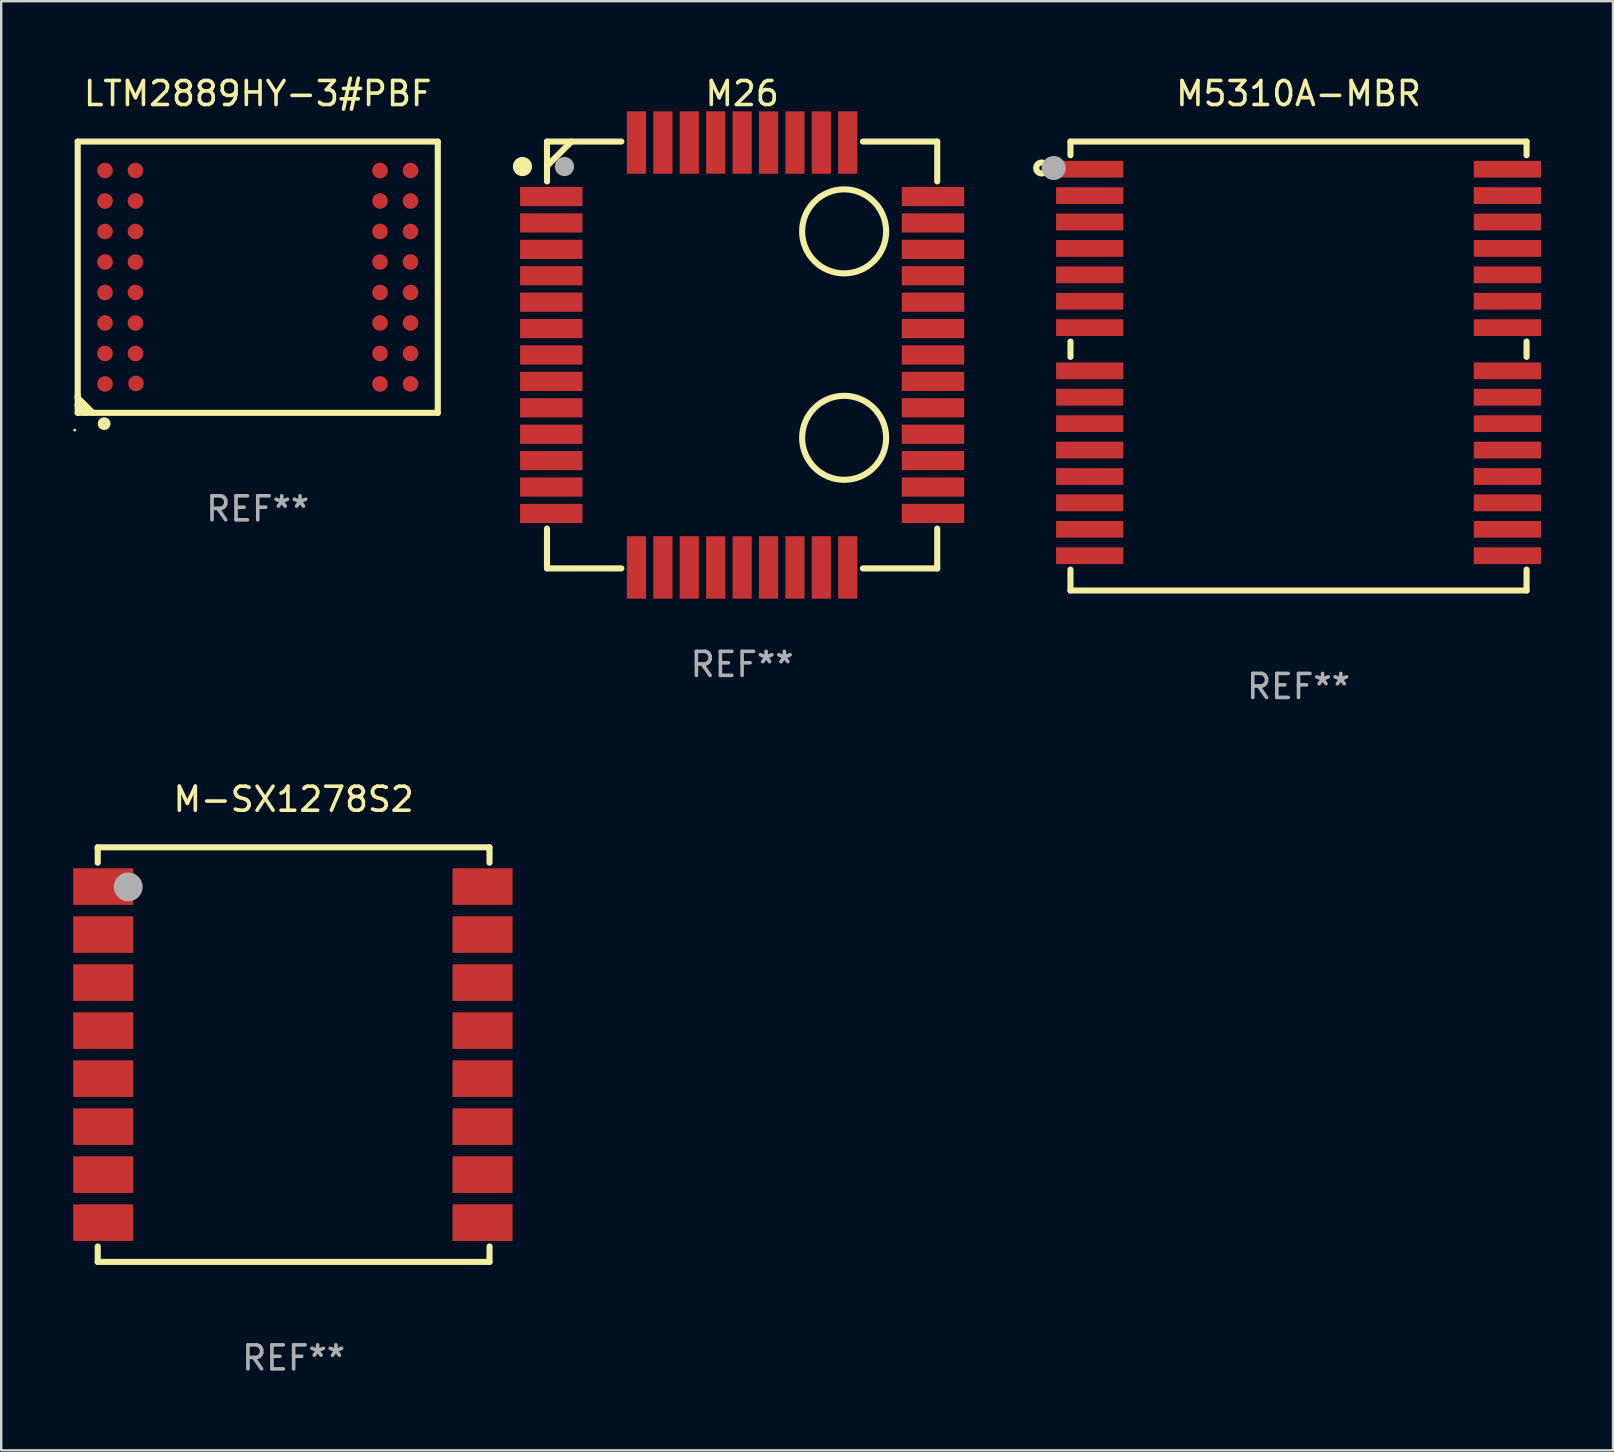
<source format=kicad_pcb>
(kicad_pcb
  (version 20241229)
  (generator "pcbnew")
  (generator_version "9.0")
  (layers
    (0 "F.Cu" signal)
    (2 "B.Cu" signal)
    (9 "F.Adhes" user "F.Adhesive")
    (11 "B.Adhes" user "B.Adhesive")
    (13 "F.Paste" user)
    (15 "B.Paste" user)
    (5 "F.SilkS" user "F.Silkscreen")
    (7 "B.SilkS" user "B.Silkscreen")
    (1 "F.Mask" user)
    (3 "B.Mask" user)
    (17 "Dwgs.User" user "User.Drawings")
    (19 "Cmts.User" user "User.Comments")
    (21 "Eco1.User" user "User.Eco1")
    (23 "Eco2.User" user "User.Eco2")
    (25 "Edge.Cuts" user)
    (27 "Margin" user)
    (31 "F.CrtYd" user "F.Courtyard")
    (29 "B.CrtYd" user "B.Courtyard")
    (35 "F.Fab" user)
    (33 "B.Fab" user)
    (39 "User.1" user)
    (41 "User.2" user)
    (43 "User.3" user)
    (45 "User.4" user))
  (footprint "M5310A-MBR"
    (layer "F.Cu")
    (at 51.042 12.198)
    (property "Reference" "M5310A-MBR" (at 0 -11.35 0) (layer "F.SilkS") (effects (font (size 1 1) (thickness 0.15))))
    (attr through_hole)
    (fp_line (start -9.5 -9.35) (end -9.5 -8.781) (stroke (width 0.254) (type solid)) (layer "F.SilkS"))
    (fp_line (start -9.5 -9.35) (end 9.5 -9.35) (stroke (width 0.254) (type solid)) (layer "F.SilkS"))
    (fp_line (start -9.5 -1.019) (end -9.5 -0.381) (stroke (width 0.254) (type solid)) (layer "F.SilkS"))
    (fp_line (start -9.5 8.481) (end -9.5 9.35) (stroke (width 0.254) (type solid)) (layer "F.SilkS"))
    (fp_line (start -9.5 9.35) (end 9.5 9.35) (stroke (width 0.254) (type solid)) (layer "F.SilkS"))
    (fp_line (start 9.5 -9.35) (end 9.5 -8.781) (stroke (width 0.254) (type solid)) (layer "F.SilkS"))
    (fp_line (start 9.5 -1.019) (end 9.5 -0.381) (stroke (width 0.254) (type solid)) (layer "F.SilkS"))
    (fp_line (start 9.5 8.481) (end 9.5 9.35) (stroke (width 0.254) (type solid)) (layer "F.SilkS"))
    (fp_circle (center -10.7 -8.25) (end -10.6 -8.25) (stroke (width 0.254) (type solid)) (fill no) (layer "F.SilkS"))
    (fp_circle (center -9.5 -9.35) (end -9.47 -9.35) (stroke (width 0.06) (type solid)) (fill no) (layer "F.SilkS"))
    (fp_circle (center -10.2 -8.25) (end -9.95 -8.25) (stroke (width 0.5) (type solid)) (fill no) (layer "F.Fab"))
    (fp_text user "REF**" (at 0 13.35 0) (layer "F.Fab") (effects (font (size 1 1) (thickness 0.15))))
    (pad "1" smd rect (at -8.7 -8.2 90) (size 0.7 2.8) (layers "F.Cu" "F.Mask" "F.Paste"))
    (pad "2" smd rect (at -8.7 -7.1 90) (size 0.7 2.8) (layers "F.Cu" "F.Mask" "F.Paste"))
    (pad "3" smd rect (at -8.7 -6 90) (size 0.7 2.8) (layers "F.Cu" "F.Mask" "F.Paste"))
    (pad "4" smd rect (at -8.7 -4.9 90) (size 0.7 2.8) (layers "F.Cu" "F.Mask" "F.Paste"))
    (pad "5" smd rect (at -8.7 -3.8 90) (size 0.7 2.8) (layers "F.Cu" "F.Mask" "F.Paste"))
    (pad "6" smd rect (at -8.7 -2.7 90) (size 0.7 2.8) (layers "F.Cu" "F.Mask" "F.Paste"))
    (pad "7" smd rect (at -8.7 -1.6 90) (size 0.7 2.8) (layers "F.Cu" "F.Mask" "F.Paste"))
    (pad "8" smd rect (at -8.7 0.2 90) (size 0.7 2.8) (layers "F.Cu" "F.Mask" "F.Paste"))
    (pad "9" smd rect (at -8.7 1.3 90) (size 0.7 2.8) (layers "F.Cu" "F.Mask" "F.Paste"))
    (pad "10" smd rect (at -8.7 2.4 90) (size 0.7 2.8) (layers "F.Cu" "F.Mask" "F.Paste"))
    (pad "11" smd rect (at -8.7 3.5 90) (size 0.7 2.8) (layers "F.Cu" "F.Mask" "F.Paste"))
    (pad "12" smd rect (at -8.7 4.6 90) (size 0.7 2.8) (layers "F.Cu" "F.Mask" "F.Paste"))
    (pad "13" smd rect (at -8.7 5.7 90) (size 0.7 2.8) (layers "F.Cu" "F.Mask" "F.Paste"))
    (pad "14" smd rect (at -8.7 6.8 90) (size 0.7 2.8) (layers "F.Cu" "F.Mask" "F.Paste"))
    (pad "15" smd rect (at -8.7 7.9 90) (size 0.7 2.8) (layers "F.Cu" "F.Mask" "F.Paste"))
    (pad "16" smd rect (at 8.7 7.9 90) (size 0.7 2.8) (layers "F.Cu" "F.Mask" "F.Paste"))
    (pad "17" smd rect (at 8.7 6.8 90) (size 0.7 2.8) (layers "F.Cu" "F.Mask" "F.Paste"))
    (pad "18" smd rect (at 8.7 5.7 90) (size 0.7 2.8) (layers "F.Cu" "F.Mask" "F.Paste"))
    (pad "19" smd rect (at 8.7 4.6 90) (size 0.7 2.8) (layers "F.Cu" "F.Mask" "F.Paste"))
    (pad "20" smd rect (at 8.7 3.5 90) (size 0.7 2.8) (layers "F.Cu" "F.Mask" "F.Paste"))
    (pad "21" smd rect (at 8.7 2.4 90) (size 0.7 2.8) (layers "F.Cu" "F.Mask" "F.Paste"))
    (pad "22" smd rect (at 8.7 1.3 90) (size 0.7 2.8) (layers "F.Cu" "F.Mask" "F.Paste"))
    (pad "23" smd rect (at 8.7 0.2 90) (size 0.7 2.8) (layers "F.Cu" "F.Mask" "F.Paste"))
    (pad "24" smd rect (at 8.7 -1.6 90) (size 0.7 2.8) (layers "F.Cu" "F.Mask" "F.Paste"))
    (pad "25" smd rect (at 8.7 -2.7 90) (size 0.7 2.8) (layers "F.Cu" "F.Mask" "F.Paste"))
    (pad "26" smd rect (at 8.7 -3.8 90) (size 0.7 2.8) (layers "F.Cu" "F.Mask" "F.Paste"))
    (pad "27" smd rect (at 8.7 -4.9 90) (size 0.7 2.8) (layers "F.Cu" "F.Mask" "F.Paste"))
    (pad "28" smd rect (at 8.7 -6 90) (size 0.7 2.8) (layers "F.Cu" "F.Mask" "F.Paste"))
    (pad "29" smd rect (at 8.7 -7.1 90) (size 0.7 2.8) (layers "F.Cu" "F.Mask" "F.Paste"))
    (pad "30" smd rect (at 8.7 -8.2 90) (size 0.7 2.8) (layers "F.Cu" "F.Mask" "F.Paste")))
  (footprint "M26"
    (layer "F.Cu")
    (at 27.864 11.738)
    (property "Reference" "M26" (at 0 -10.89 0) (layer "F.SilkS") (effects (font (size 1 1) (thickness 0.15))))
    (attr through_hole)
    (fp_line (start -8.128 -8.89) (end -5.031 -8.89) (stroke (width 0.254) (type solid)) (layer "F.SilkS"))
    (fp_line (start -8.128 -7.874) (end -7.112 -8.89) (stroke (width 0.254) (type solid)) (layer "F.SilkS"))
    (fp_line (start -8.128 -7.231) (end -8.128 -8.89) (stroke (width 0.254) (type solid)) (layer "F.SilkS"))
    (fp_line (start -8.128 8.89) (end -8.128 7.231) (stroke (width 0.254) (type solid)) (layer "F.SilkS"))
    (fp_line (start -5.031 8.89) (end -8.128 8.89) (stroke (width 0.254) (type solid)) (layer "F.SilkS"))
    (fp_line (start 5.031 -8.89) (end 8.128 -8.89) (stroke (width 0.254) (type solid)) (layer "F.SilkS"))
    (fp_line (start 8.128 -8.89) (end 8.128 -7.231) (stroke (width 0.254) (type solid)) (layer "F.SilkS"))
    (fp_line (start 8.128 7.231) (end 8.128 8.89) (stroke (width 0.254) (type solid)) (layer "F.SilkS"))
    (fp_line (start 8.128 8.89) (end 5.031 8.89) (stroke (width 0.254) (type solid)) (layer "F.SilkS"))
    (fp_circle (center -9.15 -7.85) (end -8.95 -7.85) (stroke (width 0.4) (type solid)) (fill no) (layer "F.SilkS"))
    (fp_circle (center -7.9 -8.85) (end -7.87 -8.85) (stroke (width 0.06) (type solid)) (fill no) (layer "F.SilkS"))
    (fp_circle (center 4.25 -5.15) (end 6 -5.15) (stroke (width 0.254) (type solid)) (fill no) (layer "F.SilkS"))
    (fp_circle (center 4.25 3.45) (end 6 3.45) (stroke (width 0.254) (type solid)) (fill no) (layer "F.SilkS"))
    (fp_circle (center -7.4 -7.85) (end -7.2 -7.85) (stroke (width 0.4) (type solid)) (fill no) (layer "F.Fab"))
    (fp_text user "REF**" (at 0 12.89 0) (layer "F.Fab") (effects (font (size 1 1) (thickness 0.15))))
    (pad "1" smd rect (at -7.95 -6.6 270) (size 0.8 2.601) (layers "F.Cu" "F.Mask" "F.Paste"))
    (pad "2" smd rect (at -7.95 -5.5 270) (size 0.8 2.601) (layers "F.Cu" "F.Mask" "F.Paste"))
    (pad "3" smd rect (at -7.95 -4.4 270) (size 0.8 2.601) (layers "F.Cu" "F.Mask" "F.Paste"))
    (pad "4" smd rect (at -7.95 -3.3 270) (size 0.8 2.601) (layers "F.Cu" "F.Mask" "F.Paste"))
    (pad "5" smd rect (at -7.95 -2.2 270) (size 0.8 2.601) (layers "F.Cu" "F.Mask" "F.Paste"))
    (pad "6" smd rect (at -7.95 -1.1 270) (size 0.8 2.6) (layers "F.Cu" "F.Mask" "F.Paste"))
    (pad "7" smd rect (at -7.95 0 270) (size 0.8 2.6) (layers "F.Cu" "F.Mask" "F.Paste"))
    (pad "8" smd rect (at -7.95 1.1 180) (size 2.601 0.8) (layers "F.Cu" "F.Mask" "F.Paste"))
    (pad "9" smd rect (at -7.95 2.2 180) (size 2.601 0.8) (layers "F.Cu" "F.Mask" "F.Paste"))
    (pad "10" smd rect (at -7.95 3.3 180) (size 2.601 0.8) (layers "F.Cu" "F.Mask" "F.Paste"))
    (pad "11" smd rect (at -7.95 4.4 180) (size 2.601 0.8) (layers "F.Cu" "F.Mask" "F.Paste"))
    (pad "12" smd rect (at -7.95 5.5 180) (size 2.601 0.8) (layers "F.Cu" "F.Mask" "F.Paste"))
    (pad "13" smd rect (at -7.95 6.6 180) (size 2.601 0.8) (layers "F.Cu" "F.Mask" "F.Paste"))
    (pad "14" smd rect (at -4.4 8.85 270) (size 2.601 0.8) (layers "F.Cu" "F.Mask" "F.Paste"))
    (pad "15" smd rect (at -3.3 8.85 270) (size 2.601 0.8) (layers "F.Cu" "F.Mask" "F.Paste"))
    (pad "16" smd rect (at -2.2 8.85 270) (size 2.601 0.8) (layers "F.Cu" "F.Mask" "F.Paste"))
    (pad "17" smd rect (at -1.1 8.851 270) (size 2.6 0.8) (layers "F.Cu" "F.Mask" "F.Paste"))
    (pad "18" smd rect (at 0 8.851 270) (size 2.6 0.8) (layers "F.Cu" "F.Mask" "F.Paste"))
    (pad "19" smd rect (at 1.1 8.85 180) (size 0.8 2.601) (layers "F.Cu" "F.Mask" "F.Paste"))
    (pad "20" smd rect (at 2.2 8.85 180) (size 0.8 2.601) (layers "F.Cu" "F.Mask" "F.Paste"))
    (pad "21" smd rect (at 3.3 8.85 180) (size 0.8 2.601) (layers "F.Cu" "F.Mask" "F.Paste"))
    (pad "22" smd rect (at 4.4 8.85 180) (size 0.8 2.601) (layers "F.Cu" "F.Mask" "F.Paste"))
    (pad "23" smd rect (at 7.95 6.6 270) (size 0.8 2.601) (layers "F.Cu" "F.Mask" "F.Paste"))
    (pad "24" smd rect (at 7.95 5.5 270) (size 0.8 2.601) (layers "F.Cu" "F.Mask" "F.Paste"))
    (pad "25" smd rect (at 7.95 4.4 270) (size 0.8 2.601) (layers "F.Cu" "F.Mask" "F.Paste"))
    (pad "26" smd rect (at 7.95 3.3 270) (size 0.8 2.601) (layers "F.Cu" "F.Mask" "F.Paste"))
    (pad "27" smd rect (at 7.95 2.2 270) (size 0.8 2.601) (layers "F.Cu" "F.Mask" "F.Paste"))
    (pad "28" smd rect (at 7.95 1.1) (size 2.6 0.8) (layers "F.Cu" "F.Mask" "F.Paste"))
    (pad "29" smd rect (at 7.95 0 180) (size 2.6 0.8) (layers "F.Cu" "F.Mask" "F.Paste"))
    (pad "30" smd rect (at 7.95 -1.1 180) (size 2.601 0.8) (layers "F.Cu" "F.Mask" "F.Paste"))
    (pad "31" smd rect (at 7.95 -2.2 180) (size 2.601 0.8) (layers "F.Cu" "F.Mask" "F.Paste"))
    (pad "32" smd rect (at 7.95 -3.3 180) (size 2.601 0.8) (layers "F.Cu" "F.Mask" "F.Paste"))
    (pad "33" smd rect (at 7.95 -4.4 180) (size 2.601 0.8) (layers "F.Cu" "F.Mask" "F.Paste"))
    (pad "34" smd rect (at 7.95 -5.5 180) (size 2.601 0.8) (layers "F.Cu" "F.Mask" "F.Paste"))
    (pad "35" smd rect (at 7.95 -6.6 180) (size 2.601 0.8) (layers "F.Cu" "F.Mask" "F.Paste"))
    (pad "36" smd rect (at 4.4 -8.85 90) (size 2.601 0.8) (layers "F.Cu" "F.Mask" "F.Paste"))
    (pad "37" smd rect (at 3.3 -8.85 90) (size 2.601 0.8) (layers "F.Cu" "F.Mask" "F.Paste"))
    (pad "38" smd rect (at 2.2 -8.85 90) (size 2.601 0.8) (layers "F.Cu" "F.Mask" "F.Paste"))
    (pad "39" smd rect (at 1.1 -8.85 90) (size 2.6 0.8) (layers "F.Cu" "F.Mask" "F.Paste"))
    (pad "40" smd rect (at 0 -8.85 90) (size 2.6 0.8) (layers "F.Cu" "F.Mask" "F.Paste"))
    (pad "41" smd rect (at -1.1 -8.85 180) (size 0.8 2.601) (layers "F.Cu" "F.Mask" "F.Paste"))
    (pad "42" smd rect (at -2.2 -8.85 180) (size 0.8 2.601) (layers "F.Cu" "F.Mask" "F.Paste"))
    (pad "43" smd rect (at -3.3 -8.85 180) (size 0.8 2.601) (layers "F.Cu" "F.Mask" "F.Paste"))
    (pad "44" smd rect (at -4.4 -8.85 180) (size 0.8 2.601) (layers "F.Cu" "F.Mask" "F.Paste")))
  (footprint "M-SX1278S2"
    (layer "F.Cu")
    (at 9.182 40.881)
    (property "Reference" "M-SX1278S2" (at 0 -10.636 0) (layer "F.SilkS") (effects (font (size 1 1) (thickness 0.15))))
    (attr through_hole)
    (fp_line (start -8.16 -8.636) (end 8.16 -8.636) (stroke (width 0.254) (type solid)) (layer "F.SilkS"))
    (fp_line (start -8.16 -8.573) (end -8.16 -8.636) (stroke (width 0.254) (type solid)) (layer "F.SilkS"))
    (fp_line (start -8.16 -7.993) (end -8.16 -8.573) (stroke (width 0.254) (type solid)) (layer "F.SilkS"))
    (fp_line (start -8.16 8.636) (end -8.16 7.993) (stroke (width 0.254) (type solid)) (layer "F.SilkS"))
    (fp_line (start 8.16 -8.636) (end 8.16 -7.993) (stroke (width 0.254) (type solid)) (layer "F.SilkS"))
    (fp_line (start 8.16 7.993) (end 8.16 8.636) (stroke (width 0.254) (type solid)) (layer "F.SilkS"))
    (fp_line (start 8.16 8.636) (end -8.16 8.636) (stroke (width 0.254) (type solid)) (layer "F.SilkS"))
    (fp_circle (center -8.082 -8.55) (end -8.052 -8.55) (stroke (width 0.06) (type solid)) (fill no) (layer "F.SilkS"))
    (fp_circle (center -6.89 -6.985) (end -6.59 -6.985) (stroke (width 0.6) (type solid)) (fill no) (layer "F.Fab"))
    (fp_text user "REF**" (at 0 12.636 0) (layer "F.Fab") (effects (font (size 1 1) (thickness 0.15))))
    (pad "1" smd rect (at -7.932 -7) (size 2.5 1.524) (layers "F.Cu" "F.Mask" "F.Paste"))
    (pad "2" smd rect (at -7.932 -5) (size 2.5 1.524) (layers "F.Cu" "F.Mask" "F.Paste"))
    (pad "3" smd rect (at -7.932 -3) (size 2.5 1.524) (layers "F.Cu" "F.Mask" "F.Paste"))
    (pad "4" smd rect (at -7.932 -1) (size 2.5 1.524) (layers "F.Cu" "F.Mask" "F.Paste"))
    (pad "5" smd rect (at -7.932 1) (size 2.5 1.524) (layers "F.Cu" "F.Mask" "F.Paste"))
    (pad "6" smd rect (at -7.932 3) (size 2.5 1.524) (layers "F.Cu" "F.Mask" "F.Paste"))
    (pad "7" smd rect (at -7.932 5) (size 2.5 1.524) (layers "F.Cu" "F.Mask" "F.Paste"))
    (pad "8" smd rect (at -7.932 7) (size 2.5 1.524) (layers "F.Cu" "F.Mask" "F.Paste"))
    (pad "9" smd rect (at 7.868 7) (size 2.5 1.524) (layers "F.Cu" "F.Mask" "F.Paste"))
    (pad "10" smd rect (at 7.868 5) (size 2.5 1.524) (layers "F.Cu" "F.Mask" "F.Paste"))
    (pad "11" smd rect (at 7.868 3) (size 2.5 1.524) (layers "F.Cu" "F.Mask" "F.Paste"))
    (pad "12" smd rect (at 7.868 1) (size 2.5 1.524) (layers "F.Cu" "F.Mask" "F.Paste"))
    (pad "13" smd rect (at 7.868 -1) (size 2.5 1.524) (layers "F.Cu" "F.Mask" "F.Paste"))
    (pad "14" smd rect (at 7.868 -3) (size 2.5 1.524) (layers "F.Cu" "F.Mask" "F.Paste"))
    (pad "15" smd rect (at 7.868 -5) (size 2.5 1.524) (layers "F.Cu" "F.Mask" "F.Paste"))
    (pad "16" smd rect (at 7.868 -7) (size 2.5 1.524) (layers "F.Cu" "F.Mask" "F.Paste")))
  (footprint "LTM2889HY-3#PBF"
    (layer "F.Cu")
    (at 7.687 8.498)
    (property "Reference" "LTM2889HY-3#PBF" (at 0 -7.65 0) (layer "F.SilkS") (effects (font (size 1 1) (thickness 0.15))))
    (attr through_hole)
    (fp_line (start -7.5 -5.65) (end -7.5 5.65) (stroke (width 0.254) (type solid)) (layer "F.SilkS"))
    (fp_line (start -7.5 -5.65) (end 7.5 -5.65) (stroke (width 0.254) (type solid)) (layer "F.SilkS"))
    (fp_line (start -7.5 4.911) (end -7.5 5.02) (stroke (width 0.254) (type solid)) (layer "F.SilkS"))
    (fp_line (start -7.5 5.02) (end -6.87 5.65) (stroke (width 0.254) (type solid)) (layer "F.SilkS"))
    (fp_line (start -7.5 5.286) (end -7.5 5.347) (stroke (width 0.254) (type solid)) (layer "F.SilkS"))
    (fp_line (start -7.5 5.347) (end -7.197 5.65) (stroke (width 0.254) (type solid)) (layer "F.SilkS"))
    (fp_line (start -7.5 5.65) (end 7.5 5.65) (stroke (width 0.254) (type solid)) (layer "F.SilkS"))
    (fp_line (start 7.5 -5.65) (end 7.5 5.65) (stroke (width 0.254) (type solid)) (layer "F.SilkS"))
    (fp_circle (center -7.627 6.369) (end -7.597 6.369) (stroke (width 0.06) (type solid)) (fill no) (layer "F.SilkS"))
    (fp_circle (center -6.4 6.1) (end -6.259 6.1) (stroke (width 0.254) (type solid)) (fill no) (layer "F.SilkS"))
    (fp_text user "REF**" (at 0 9.65 0) (layer "F.Fab") (effects (font (size 1 1) (thickness 0.15))))
    (pad "A1" smd circle (at -6.363 4.445) (size 0.65 0.65) (layers "F.Cu" "F.Mask" "F.Paste"))
    (pad "A2" smd circle (at -6.363 3.175) (size 0.65 0.65) (layers "F.Cu" "F.Mask" "F.Paste"))
    (pad "A3" smd circle (at -6.363 1.905) (size 0.65 0.65) (layers "F.Cu" "F.Mask" "F.Paste"))
    (pad "A4" smd circle (at -6.363 0.635) (size 0.65 0.65) (layers "F.Cu" "F.Mask" "F.Paste"))
    (pad "A5" smd circle (at -6.363 -0.635) (size 0.65 0.65) (layers "F.Cu" "F.Mask" "F.Paste"))
    (pad "A6" smd circle (at -6.363 -1.905) (size 0.65 0.65) (layers "F.Cu" "F.Mask" "F.Paste"))
    (pad "A7" smd circle (at -6.363 -3.175) (size 0.65 0.65) (layers "F.Cu" "F.Mask" "F.Paste"))
    (pad "A8" smd circle (at -6.363 -4.445) (size 0.65 0.65) (layers "F.Cu" "F.Mask" "F.Paste"))
    (pad "B1" smd circle (at -5.072 4.425) (size 0.65 0.65) (layers "F.Cu" "F.Mask" "F.Paste"))
    (pad "B2" smd circle (at -5.093 3.175) (size 0.65 0.65) (layers "F.Cu" "F.Mask" "F.Paste"))
    (pad "B3" smd circle (at -5.093 1.905) (size 0.65 0.65) (layers "F.Cu" "F.Mask" "F.Paste"))
    (pad "B4" smd circle (at -5.093 0.635) (size 0.65 0.65) (layers "F.Cu" "F.Mask" "F.Paste"))
    (pad "B5" smd circle (at -5.093 -0.635) (size 0.65 0.65) (layers "F.Cu" "F.Mask" "F.Paste"))
    (pad "B6" smd circle (at -5.093 -1.905) (size 0.65 0.65) (layers "F.Cu" "F.Mask" "F.Paste"))
    (pad "B7" smd circle (at -5.093 -3.175) (size 0.65 0.65) (layers "F.Cu" "F.Mask" "F.Paste"))
    (pad "B8" smd circle (at -5.093 -4.445) (size 0.65 0.65) (layers "F.Cu" "F.Mask" "F.Paste"))
    (pad "K1" smd circle (at 5.093 4.445) (size 0.65 0.65) (layers "F.Cu" "F.Mask" "F.Paste"))
    (pad "K2" smd circle (at 5.093 3.175) (size 0.65 0.65) (layers "F.Cu" "F.Mask" "F.Paste"))
    (pad "K3" smd circle (at 5.093 1.905) (size 0.65 0.65) (layers "F.Cu" "F.Mask" "F.Paste"))
    (pad "K4" smd circle (at 5.093 0.635) (size 0.65 0.65) (layers "F.Cu" "F.Mask" "F.Paste"))
    (pad "K5" smd circle (at 5.093 -0.635) (size 0.65 0.65) (layers "F.Cu" "F.Mask" "F.Paste"))
    (pad "K6" smd circle (at 5.093 -1.905) (size 0.65 0.65) (layers "F.Cu" "F.Mask" "F.Paste"))
    (pad "K7" smd circle (at 5.093 -3.175) (size 0.65 0.65) (layers "F.Cu" "F.Mask" "F.Paste"))
    (pad "K8" smd circle (at 5.093 -4.445) (size 0.65 0.65) (layers "F.Cu" "F.Mask" "F.Paste"))
    (pad "L1" smd circle (at 6.363 4.445) (size 0.65 0.65) (layers "F.Cu" "F.Mask" "F.Paste"))
    (pad "L2" smd circle (at 6.363 3.175) (size 0.65 0.65) (layers "F.Cu" "F.Mask" "F.Paste"))
    (pad "L3" smd circle (at 6.363 1.905) (size 0.65 0.65) (layers "F.Cu" "F.Mask" "F.Paste"))
    (pad "L4" smd circle (at 6.363 0.635) (size 0.65 0.65) (layers "F.Cu" "F.Mask" "F.Paste"))
    (pad "L5" smd circle (at 6.363 -0.635) (size 0.65 0.65) (layers "F.Cu" "F.Mask" "F.Paste"))
    (pad "L6" smd circle (at 6.363 -1.905) (size 0.65 0.65) (layers "F.Cu" "F.Mask" "F.Paste"))
    (pad "L7" smd circle (at 6.363 -3.175) (size 0.65 0.65) (layers "F.Cu" "F.Mask" "F.Paste"))
    (pad "L8" smd circle (at 6.363 -4.445) (size 0.65 0.65) (layers "F.Cu" "F.Mask" "F.Paste")))
  (gr_rect
    (start -3 -3)
    (end 64.142 57.365)
    (stroke (width 0.1) (type default))
    (fill no)
    (layer "Edge.Cuts")))
</source>
